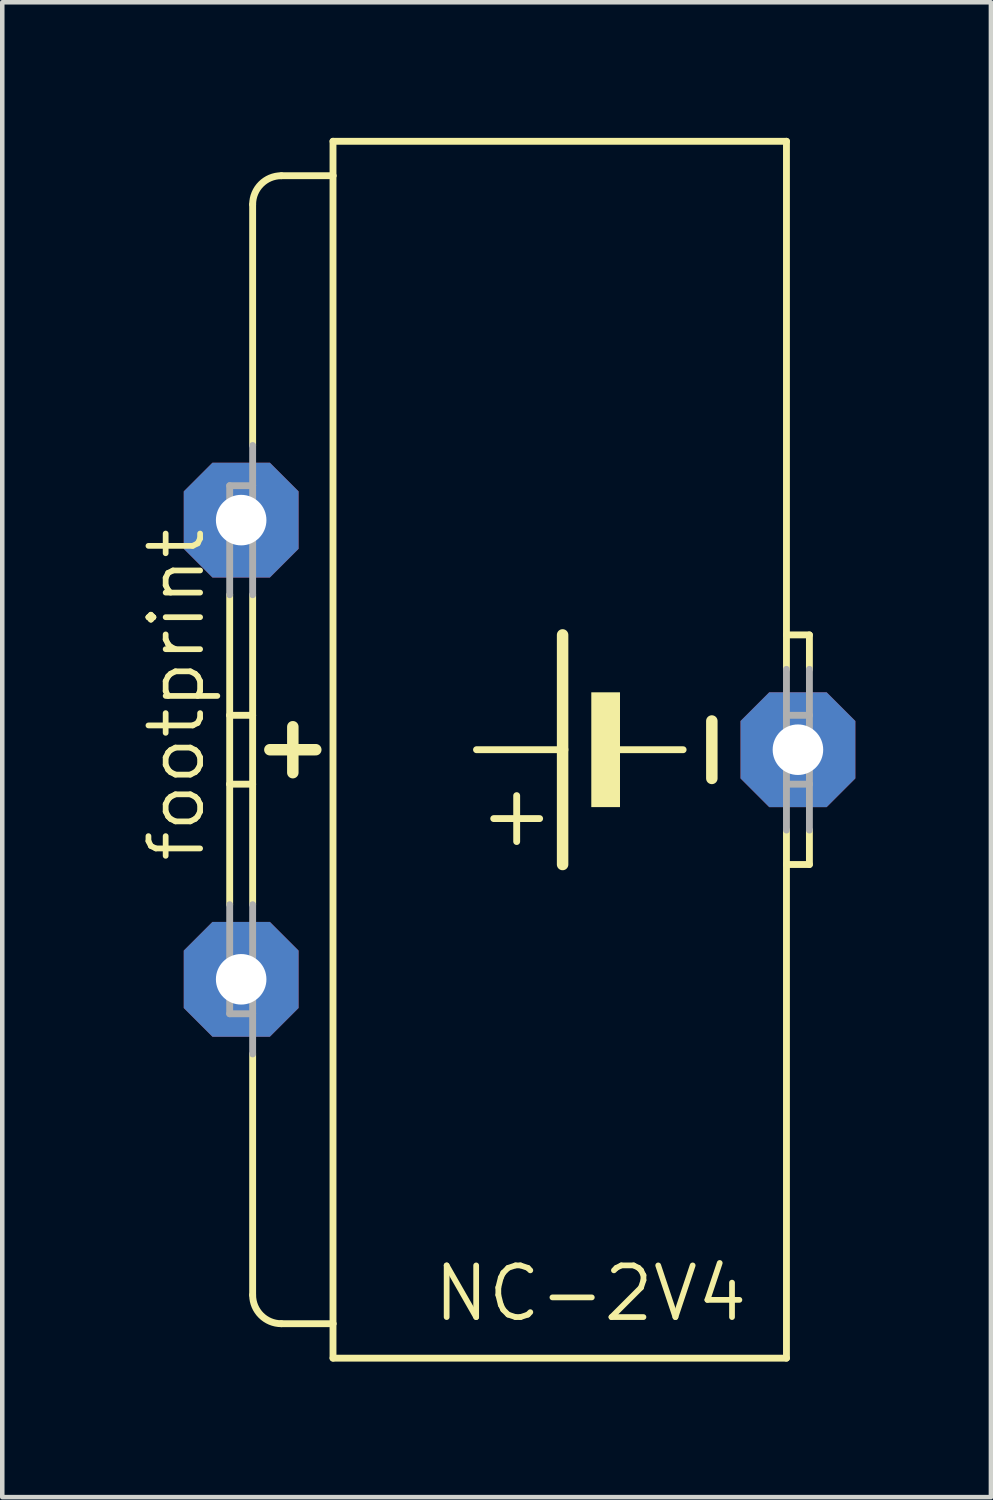
<source format=kicad_pcb>
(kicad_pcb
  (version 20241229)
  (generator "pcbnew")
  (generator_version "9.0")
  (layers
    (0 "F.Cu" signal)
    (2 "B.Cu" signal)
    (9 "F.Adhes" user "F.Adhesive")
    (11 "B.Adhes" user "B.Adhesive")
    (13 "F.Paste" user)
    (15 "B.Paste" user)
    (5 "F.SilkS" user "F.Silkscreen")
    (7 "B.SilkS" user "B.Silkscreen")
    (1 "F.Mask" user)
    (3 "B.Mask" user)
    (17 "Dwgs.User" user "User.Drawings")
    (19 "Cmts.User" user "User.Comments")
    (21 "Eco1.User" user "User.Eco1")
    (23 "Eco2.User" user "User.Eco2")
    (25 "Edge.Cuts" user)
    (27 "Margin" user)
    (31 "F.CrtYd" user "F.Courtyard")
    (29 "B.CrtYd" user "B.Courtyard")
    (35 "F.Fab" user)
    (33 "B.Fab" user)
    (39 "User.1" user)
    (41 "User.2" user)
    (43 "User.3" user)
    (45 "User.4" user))
  (footprint "footprint"
    (layer "F.Cu")
    (at 7.366 13.538)
    (property "Reference" "footprint" (at -5.842 2.54 90) (layer "F.SilkS") (effects (font (size 1.143 1.143) (thickness 0.127)) (justify left bottom)))
    (fp_line (start -5.334 -0.762) (end -5.334 -3.429) (stroke (width 0.152) (type solid)) (layer "F.SilkS"))
    (fp_line (start -5.334 0.762) (end -5.334 -0.762) (stroke (width 0.152) (type solid)) (layer "F.SilkS"))
    (fp_line (start -5.334 3.429) (end -5.334 0.762) (stroke (width 0.152) (type solid)) (layer "F.SilkS"))
    (fp_line (start -4.826 -6.731) (end -4.826 -12.065) (stroke (width 0.152) (type solid)) (layer "F.SilkS"))
    (fp_line (start -4.826 -0.762) (end -5.334 -0.762) (stroke (width 0.152) (type solid)) (layer "F.SilkS"))
    (fp_line (start -4.826 -0.762) (end -4.826 -3.429) (stroke (width 0.152) (type solid)) (layer "F.SilkS"))
    (fp_line (start -4.826 0.762) (end -5.334 0.762) (stroke (width 0.152) (type solid)) (layer "F.SilkS"))
    (fp_line (start -4.826 0.762) (end -4.826 -0.762) (stroke (width 0.152) (type solid)) (layer "F.SilkS"))
    (fp_line (start -4.826 3.429) (end -4.826 0.762) (stroke (width 0.152) (type solid)) (layer "F.SilkS"))
    (fp_line (start -4.826 12.065) (end -4.826 6.731) (stroke (width 0.152) (type solid)) (layer "F.SilkS"))
    (fp_line (start -4.445 0) (end -3.429 0) (stroke (width 0.254) (type solid)) (layer "F.SilkS"))
    (fp_line (start -4.191 12.7) (end -3.048 12.7) (stroke (width 0.152) (type solid)) (layer "F.SilkS"))
    (fp_line (start -3.937 -0.508) (end -3.937 0.508) (stroke (width 0.254) (type solid)) (layer "F.SilkS"))
    (fp_line (start -3.048 -13.462) (end -3.048 -12.7) (stroke (width 0.152) (type solid)) (layer "F.SilkS"))
    (fp_line (start -3.048 -13.462) (end 6.985 -13.462) (stroke (width 0.152) (type solid)) (layer "F.SilkS"))
    (fp_line (start -3.048 -12.7) (end -4.191 -12.7) (stroke (width 0.152) (type solid)) (layer "F.SilkS"))
    (fp_line (start -3.048 -12.7) (end -3.048 12.7) (stroke (width 0.152) (type solid)) (layer "F.SilkS"))
    (fp_line (start -3.048 12.7) (end -3.048 13.462) (stroke (width 0.152) (type solid)) (layer "F.SilkS"))
    (fp_line (start -3.048 13.462) (end 6.985 13.462) (stroke (width 0.152) (type solid)) (layer "F.SilkS"))
    (fp_line (start 1.016 2.032) (end 1.016 1.016) (stroke (width 0.152) (type solid)) (layer "F.SilkS"))
    (fp_line (start 1.524 1.524) (end 0.508 1.524) (stroke (width 0.152) (type solid)) (layer "F.SilkS"))
    (fp_line (start 2.032 0) (end 0.127 0) (stroke (width 0.152) (type solid)) (layer "F.SilkS"))
    (fp_line (start 2.032 0) (end 2.032 -2.54) (stroke (width 0.254) (type solid)) (layer "F.SilkS"))
    (fp_line (start 2.032 2.54) (end 2.032 0) (stroke (width 0.254) (type solid)) (layer "F.SilkS"))
    (fp_line (start 4.699 0) (end 3.302 0) (stroke (width 0.152) (type solid)) (layer "F.SilkS"))
    (fp_line (start 5.334 -0.635) (end 5.334 0.635) (stroke (width 0.254) (type solid)) (layer "F.SilkS"))
    (fp_line (start 6.985 -2.54) (end 6.985 -13.462) (stroke (width 0.152) (type solid)) (layer "F.SilkS"))
    (fp_line (start 6.985 -1.778) (end 6.985 -2.54) (stroke (width 0.152) (type solid)) (layer "F.SilkS"))
    (fp_line (start 6.985 2.54) (end 6.985 1.778) (stroke (width 0.152) (type solid)) (layer "F.SilkS"))
    (fp_line (start 6.985 13.462) (end 6.985 2.54) (stroke (width 0.152) (type solid)) (layer "F.SilkS"))
    (fp_line (start 7.493 -2.54) (end 6.985 -2.54) (stroke (width 0.152) (type solid)) (layer "F.SilkS"))
    (fp_line (start 7.493 -1.778) (end 7.493 -2.54) (stroke (width 0.152) (type solid)) (layer "F.SilkS"))
    (fp_line (start 7.493 1.778) (end 7.493 2.54) (stroke (width 0.152) (type solid)) (layer "F.SilkS"))
    (fp_line (start 7.493 2.54) (end 6.985 2.54) (stroke (width 0.152) (type solid)) (layer "F.SilkS"))
    (fp_arc (start -4.826 -12.065) (mid -4.640013 -12.514013) (end -4.191 -12.7) (stroke (width 0.1524) (type solid)) (layer "F.SilkS"))
    (fp_arc (start -4.191 12.7) (mid -4.640013 12.514013) (end -4.826 12.065) (stroke (width 0.1524) (type solid)) (layer "F.SilkS"))
    (fp_poly (pts (xy 2.667 1.27) (xy 3.302 1.27) (xy 3.302 -1.27) (xy 2.667 -1.27)) (stroke (width 0) (type solid)) (fill yes) (layer "F.SilkS"))
    (fp_line (start -5.334 -3.429) (end -5.334 -5.842) (stroke (width 0.152) (type solid)) (layer "F.Fab"))
    (fp_line (start -5.334 5.842) (end -5.334 3.429) (stroke (width 0.152) (type solid)) (layer "F.Fab"))
    (fp_line (start -4.826 -5.842) (end -5.334 -5.842) (stroke (width 0.152) (type solid)) (layer "F.Fab"))
    (fp_line (start -4.826 -5.842) (end -4.826 -6.731) (stroke (width 0.152) (type solid)) (layer "F.Fab"))
    (fp_line (start -4.826 -3.429) (end -4.826 -5.842) (stroke (width 0.152) (type solid)) (layer "F.Fab"))
    (fp_line (start -4.826 5.842) (end -5.334 5.842) (stroke (width 0.152) (type solid)) (layer "F.Fab"))
    (fp_line (start -4.826 5.842) (end -4.826 3.429) (stroke (width 0.152) (type solid)) (layer "F.Fab"))
    (fp_line (start -4.826 6.731) (end -4.826 5.842) (stroke (width 0.152) (type solid)) (layer "F.Fab"))
    (fp_line (start 6.985 -0.762) (end 6.985 -1.778) (stroke (width 0.152) (type solid)) (layer "F.Fab"))
    (fp_line (start 6.985 0.762) (end 6.985 -0.762) (stroke (width 0.152) (type solid)) (layer "F.Fab"))
    (fp_line (start 6.985 1.778) (end 6.985 0.762) (stroke (width 0.152) (type solid)) (layer "F.Fab"))
    (fp_line (start 7.493 -0.762) (end 6.985 -0.762) (stroke (width 0.152) (type solid)) (layer "F.Fab"))
    (fp_line (start 7.493 -0.762) (end 7.493 -1.778) (stroke (width 0.152) (type solid)) (layer "F.Fab"))
    (fp_line (start 7.493 0.762) (end 6.985 0.762) (stroke (width 0.152) (type solid)) (layer "F.Fab"))
    (fp_line (start 7.493 0.762) (end 7.493 -0.762) (stroke (width 0.152) (type solid)) (layer "F.Fab"))
    (fp_line (start 7.493 1.778) (end 7.493 0.762) (stroke (width 0.152) (type solid)) (layer "F.Fab"))
    (fp_text user "NC-2V4" (at -0.889 12.7 0) (layer "F.SilkS") (effects (font (size 1.143 1.143) (thickness 0.127)) (justify left bottom)))
    (pad "+" thru_hole roundrect (at -5.08 5.08) (size 2.54 2.54) (drill 1.118) (layers "*.Cu" "*.Mask") (roundrect_rratio 0.25) (chamfer_ratio 0.25) (chamfer top_left top_right bottom_left bottom_right))
    (pad "+@1" thru_hole roundrect (at -5.08 -5.08) (size 2.54 2.54) (drill 1.118) (layers "*.Cu" "*.Mask") (roundrect_rratio 0.25) (chamfer_ratio 0.25) (chamfer top_left top_right bottom_left bottom_right))
    (pad "-" thru_hole roundrect (at 7.239 0) (size 2.54 2.54) (drill 1.118) (layers "*.Cu" "*.Mask") (roundrect_rratio 0.25) (chamfer_ratio 0.25) (chamfer top_left top_right bottom_left bottom_right)))
  (gr_rect
    (start -3 -3)
    (end 18.875 30.076)
    (stroke (width 0.1) (type default))
    (fill no)
    (layer "Edge.Cuts")))
</source>
